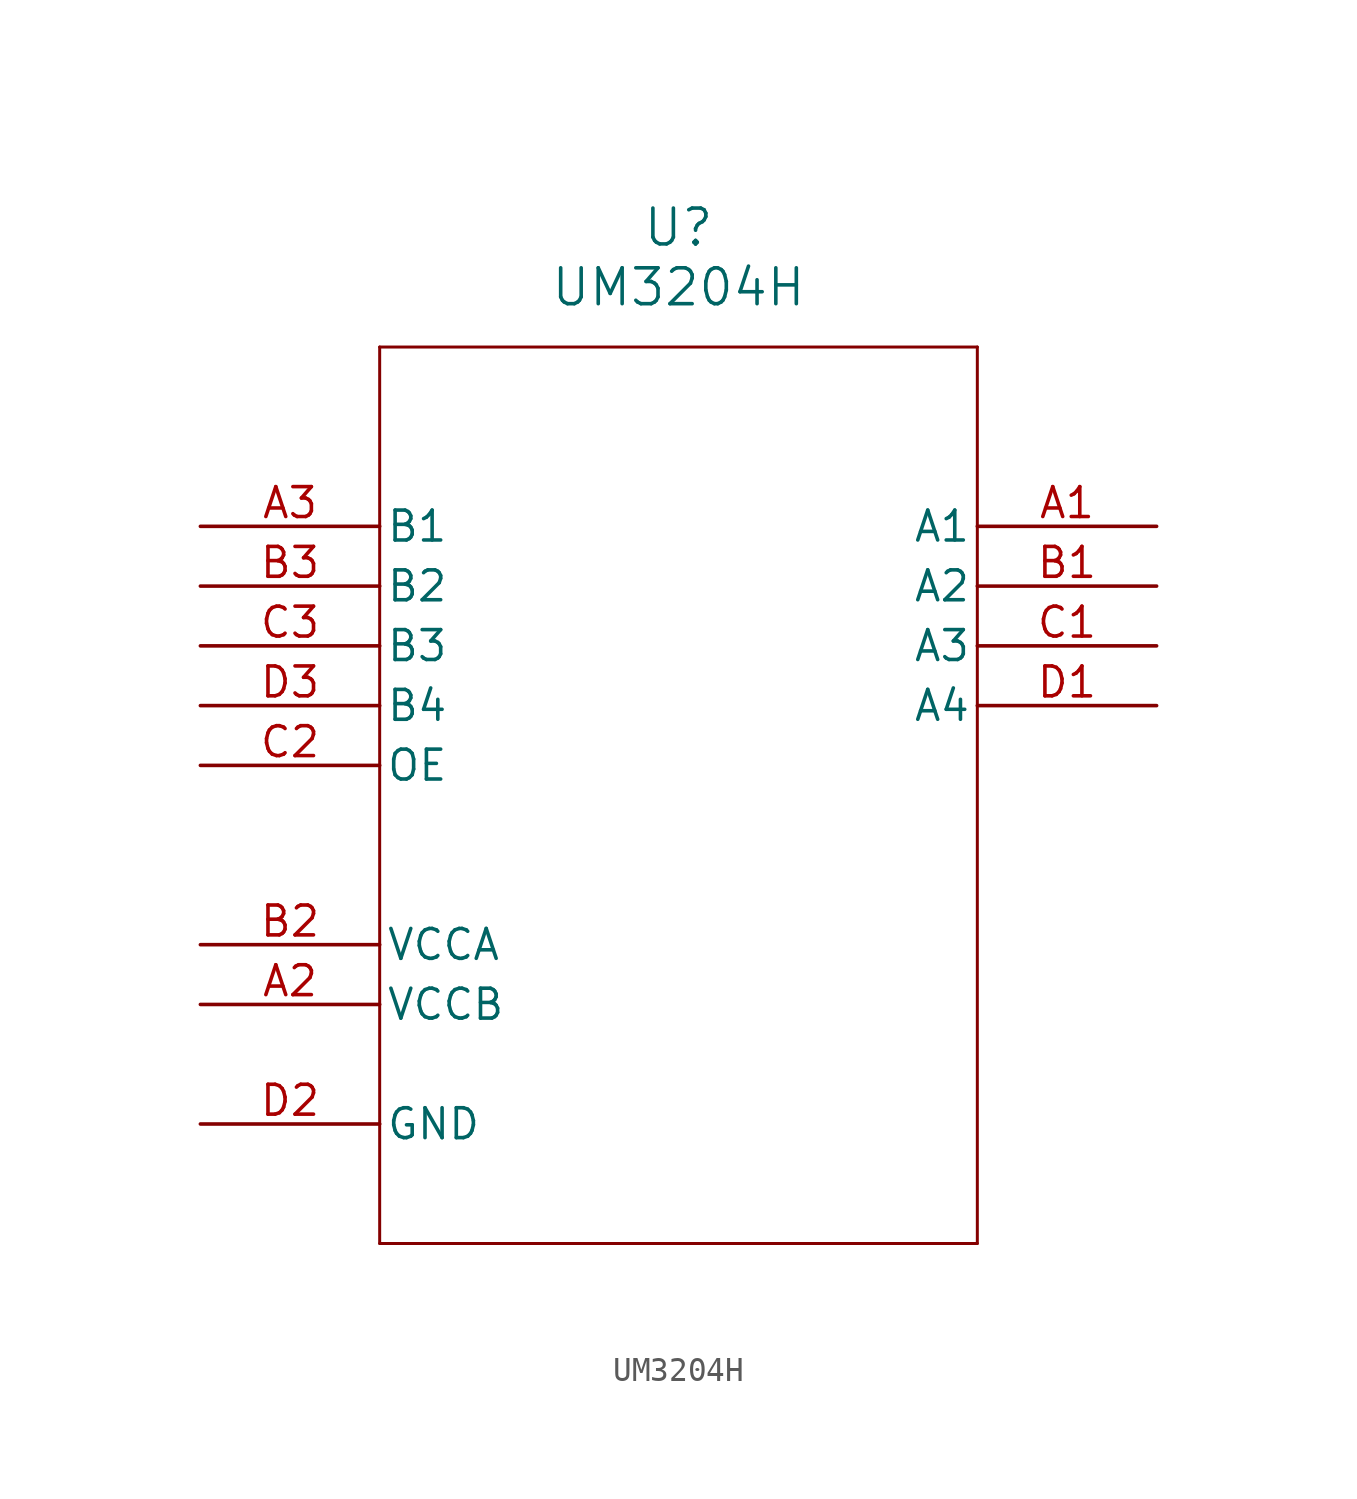
<source format=kicad_sym>
(kicad_symbol_lib
  (version 20211014)
  (generator kicad_symbol_editor)
  (symbol "UM3204H"
    (pin_names
      (offset 0.254))
    (property "Reference" "U"
      (at 20.32 12.7 0)
      (effects (font (size 1.524 1.524))))
    (property "Value" "UM3204H"
      (at 20.32 10.16 0)
      (effects (font (size 1.524 1.524))))
    (symbol "UM3204H_0_1"
      (polyline (pts (xy 7.62 7.62) (xy 7.62 -30.48)) (stroke (width 0.127) (type default) (color 0 0 0 0)) (fill (type none)))
      (polyline (pts (xy 7.62 -30.48) (xy 33.02 -30.48)) (stroke (width 0.127) (type default) (color 0 0 0 0)) (fill (type none)))
      (polyline (pts (xy 33.02 -30.48) (xy 33.02 7.62)) (stroke (width 0.127) (type default) (color 0 0 0 0)) (fill (type none)))
      (polyline (pts (xy 33.02 7.62) (xy 7.62 7.62)) (stroke (width 0.127) (type default) (color 0 0 0 0)) (fill (type none)))
      (pin bidirectional line (at 40.64 0 180) (length 7.62) (name "A1" (effects (font (size 1.27 1.27)))) (number "A1" (effects (font (size 1.27 1.27)))))
      (pin power_in line (at 0 -20.32 0) (length 7.62) (name "VCCB" (effects (font (size 1.27 1.27)))) (number "A2" (effects (font (size 1.27 1.27)))))
      (pin bidirectional line (at 0 0 0) (length 7.62) (name "B1" (effects (font (size 1.27 1.27)))) (number "A3" (effects (font (size 1.27 1.27)))))
      (pin bidirectional line (at 40.64 -2.54 180) (length 7.62) (name "A2" (effects (font (size 1.27 1.27)))) (number "B1" (effects (font (size 1.27 1.27)))))
      (pin power_in line (at 0 -17.78 0) (length 7.62) (name "VCCA" (effects (font (size 1.27 1.27)))) (number "B2" (effects (font (size 1.27 1.27)))))
      (pin bidirectional line (at 0 -2.54 0) (length 7.62) (name "B2" (effects (font (size 1.27 1.27)))) (number "B3" (effects (font (size 1.27 1.27)))))
      (pin bidirectional line (at 40.64 -5.08 180) (length 7.62) (name "A3" (effects (font (size 1.27 1.27)))) (number "C1" (effects (font (size 1.27 1.27)))))
      (pin unspecified line (at 0 -10.16 0) (length 7.62) (name "OE" (effects (font (size 1.27 1.27)))) (number "C2" (effects (font (size 1.27 1.27)))))
      (pin bidirectional line (at 0 -5.08 0) (length 7.62) (name "B3" (effects (font (size 1.27 1.27)))) (number "C3" (effects (font (size 1.27 1.27)))))
      (pin bidirectional line (at 40.64 -7.62 180) (length 7.62) (name "A4" (effects (font (size 1.27 1.27)))) (number "D1" (effects (font (size 1.27 1.27)))))
      (pin power_out line (at 0 -25.4 0) (length 7.62) (name "GND" (effects (font (size 1.27 1.27)))) (number "D2" (effects (font (size 1.27 1.27)))))
      (pin bidirectional line (at 0 -7.62 0) (length 7.62) (name "B4" (effects (font (size 1.27 1.27)))) (number "D3" (effects (font (size 1.27 1.27))))))))
</source>
